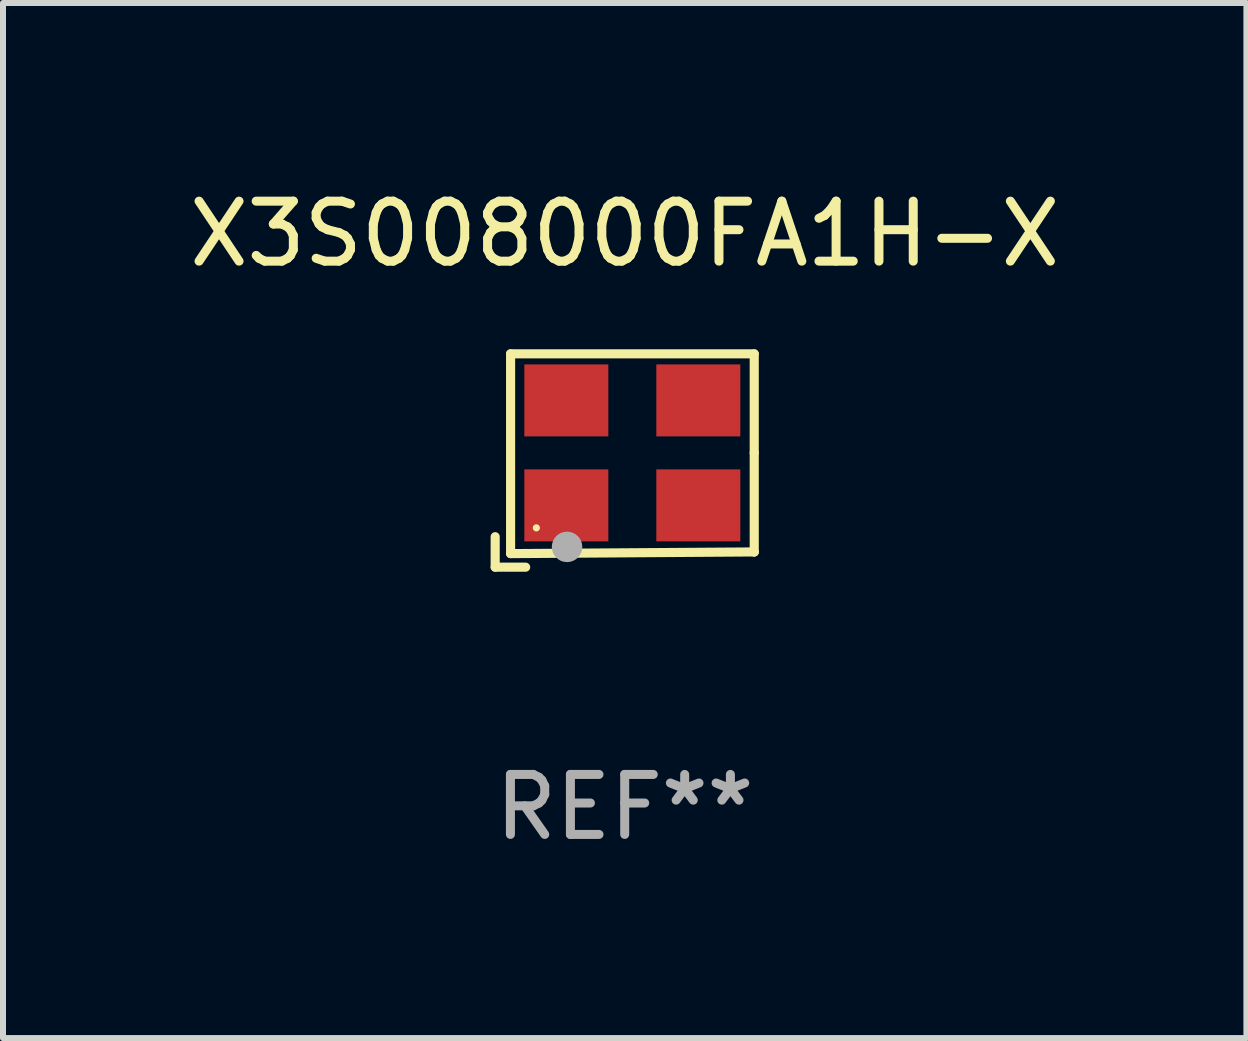
<source format=kicad_pcb>
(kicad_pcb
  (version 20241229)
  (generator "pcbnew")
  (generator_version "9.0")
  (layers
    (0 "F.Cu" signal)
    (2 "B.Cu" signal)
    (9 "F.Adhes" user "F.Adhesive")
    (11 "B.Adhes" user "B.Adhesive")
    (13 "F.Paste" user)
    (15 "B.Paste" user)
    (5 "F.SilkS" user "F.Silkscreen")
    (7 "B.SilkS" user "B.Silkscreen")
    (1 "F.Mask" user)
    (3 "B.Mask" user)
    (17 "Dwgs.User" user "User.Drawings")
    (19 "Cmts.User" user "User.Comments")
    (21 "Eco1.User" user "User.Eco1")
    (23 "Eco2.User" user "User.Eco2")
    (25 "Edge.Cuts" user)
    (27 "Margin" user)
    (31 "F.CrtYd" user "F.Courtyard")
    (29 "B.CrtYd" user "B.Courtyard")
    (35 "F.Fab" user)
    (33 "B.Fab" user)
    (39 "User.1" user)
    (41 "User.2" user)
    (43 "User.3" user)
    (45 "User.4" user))
  (footprint "X3S008000FA1H-X"
    (layer "F.Cu")
    (at 7.363 4.626)
    (property "Reference" "X3S008000FA1H-X" (at 0 -3.778 0) (layer "F.SilkS") (effects (font (size 1 1) (thickness 0.15))))
    (attr through_hole)
    (fp_line (start -2.159 1.27) (end -2.159 1.778) (stroke (width 0.152) (type solid)) (layer "F.SilkS"))
    (fp_line (start -2.159 1.778) (end -1.651 1.778) (stroke (width 0.152) (type solid)) (layer "F.SilkS"))
    (fp_line (start -1.902 -1.778) (end 2.159 -1.778) (stroke (width 0.152) (type solid)) (layer "F.SilkS"))
    (fp_line (start -1.902 1.552) (end -1.902 -1.778) (stroke (width 0.152) (type solid)) (layer "F.SilkS"))
    (fp_line (start 2.159 -1.778) (end 2.159 -0.127) (stroke (width 0.152) (type solid)) (layer "F.SilkS"))
    (fp_line (start 2.159 -0.127) (end 2.159 1.524) (stroke (width 0.152) (type solid)) (layer "F.SilkS"))
    (fp_line (start 2.159 1.524) (end -1.902 1.552) (stroke (width 0.152) (type solid)) (layer "F.SilkS"))
    (fp_line (start 2.159 1.524) (end 2.159 1.524) (stroke (width 0.152) (type solid)) (layer "F.SilkS"))
    (fp_circle (center -1.473 1.123) (end -1.443 1.123) (stroke (width 0.06) (type solid)) (fill no) (layer "F.SilkS"))
    (fp_circle (center -0.961 1.44) (end -0.834 1.44) (stroke (width 0.254) (type solid)) (fill no) (layer "F.Fab"))
    (fp_text user "REF**" (at 0 5.778 0) (layer "F.Fab") (effects (font (size 1 1) (thickness 0.15))))
    (pad "1" smd rect (at -0.973 0.748) (size 1.4 1.2) (layers "F.Cu" "F.Mask" "F.Paste"))
    (pad "2" smd rect (at 1.227 0.748) (size 1.4 1.2) (layers "F.Cu" "F.Mask" "F.Paste"))
    (pad "3" smd rect (at 1.227 -1.002) (size 1.4 1.2) (layers "F.Cu" "F.Mask" "F.Paste"))
    (pad "4" smd rect (at -0.973 -1.002) (size 1.4 1.2) (layers "F.Cu" "F.Mask" "F.Paste")))
  (gr_rect
    (start -3 -3)
    (end 17.726 14.253)
    (stroke (width 0.1) (type default))
    (fill no)
    (layer "Edge.Cuts")))
</source>
